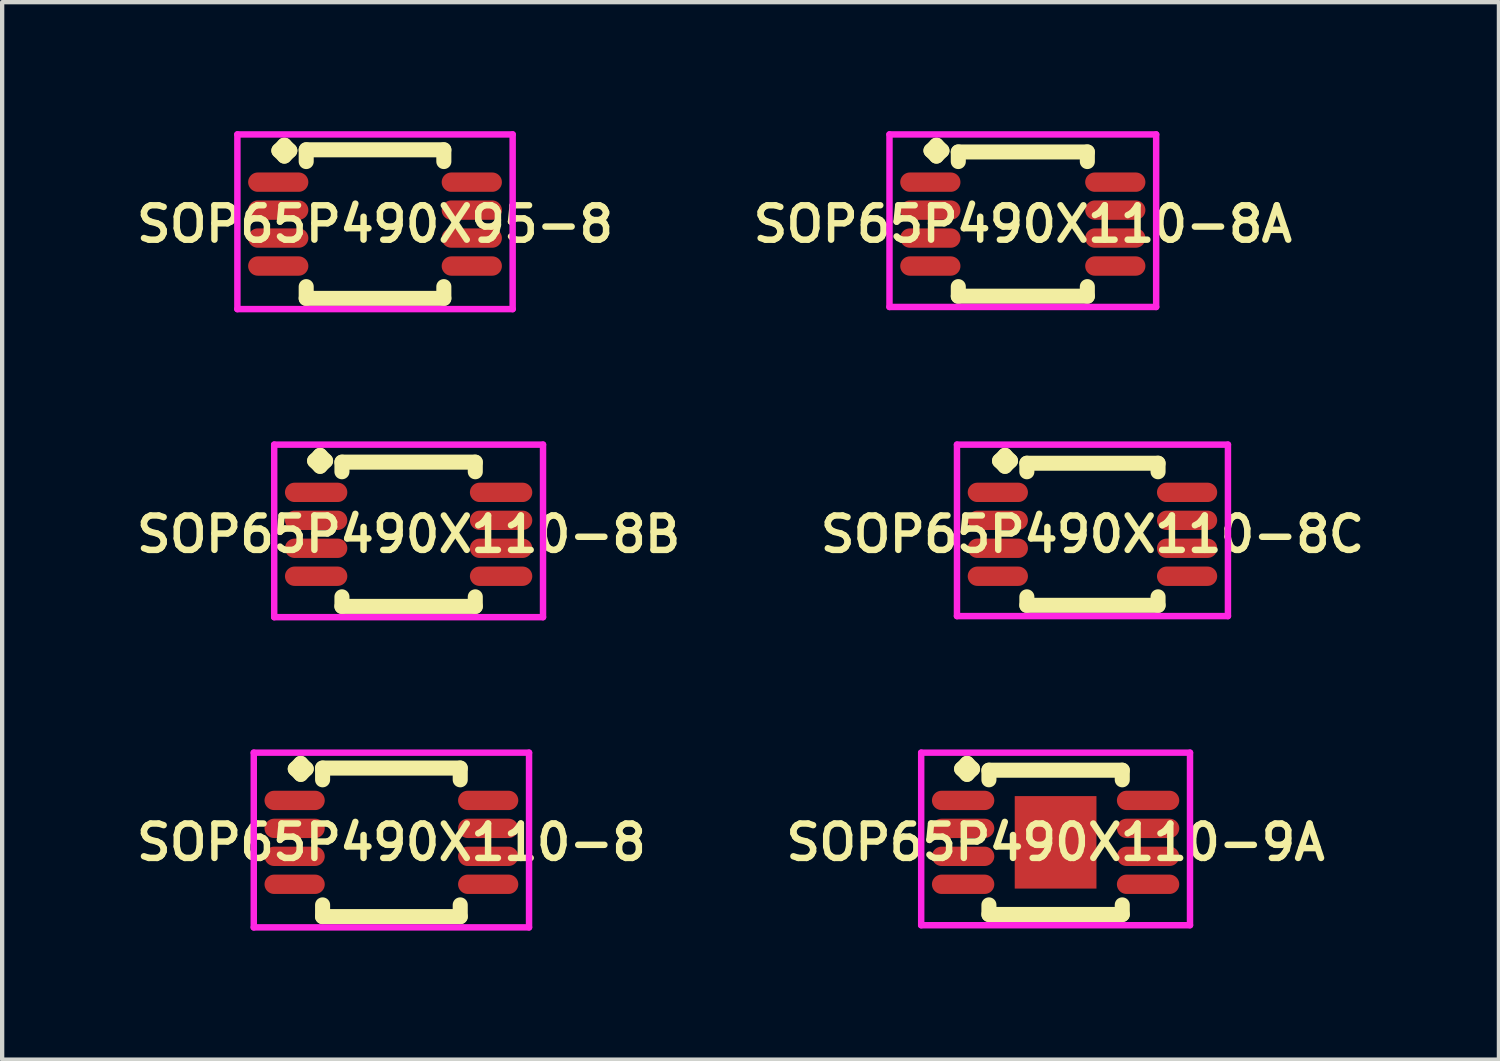
<source format=kicad_pcb>
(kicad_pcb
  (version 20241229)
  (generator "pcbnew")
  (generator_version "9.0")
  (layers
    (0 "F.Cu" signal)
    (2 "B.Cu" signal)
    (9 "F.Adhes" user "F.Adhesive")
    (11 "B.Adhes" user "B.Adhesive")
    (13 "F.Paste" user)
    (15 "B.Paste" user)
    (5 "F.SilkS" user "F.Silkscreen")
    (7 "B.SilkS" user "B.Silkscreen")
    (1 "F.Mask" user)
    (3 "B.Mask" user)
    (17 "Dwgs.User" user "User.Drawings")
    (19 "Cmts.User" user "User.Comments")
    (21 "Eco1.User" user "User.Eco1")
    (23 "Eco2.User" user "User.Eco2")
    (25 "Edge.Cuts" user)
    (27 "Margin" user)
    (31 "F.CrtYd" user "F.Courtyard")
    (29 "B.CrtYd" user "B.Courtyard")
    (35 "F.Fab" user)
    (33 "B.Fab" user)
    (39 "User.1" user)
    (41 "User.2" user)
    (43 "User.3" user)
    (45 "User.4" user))
  (footprint "SOP65P490X110-8C"
    (layer "F.Cu")
    (at 22.349 9.372)
    (property "Reference" "SOP65P490X110-8C" (at 0 0 0) (layer "F.SilkS") (effects (font (size 0.8 0.8) (thickness 0.15))))
    (attr smd)
    (fp_line (start -2.16 -1.708) (end -2.033 -1.835) (stroke (width 0.35) (type solid)) (layer "F.SilkS"))
    (fp_line (start -2.033 -1.835) (end -1.906 -1.708) (stroke (width 0.35) (type solid)) (layer "F.SilkS"))
    (fp_line (start -2.033 -1.581) (end -2.16 -1.708) (stroke (width 0.35) (type solid)) (layer "F.SilkS"))
    (fp_line (start -1.906 -1.708) (end -2.033 -1.581) (stroke (width 0.35) (type solid)) (layer "F.SilkS"))
    (fp_line (start -1.525 -1.652) (end 1.525 -1.652) (stroke (width 0.35) (type solid)) (layer "F.SilkS"))
    (fp_line (start -1.525 -1.454) (end -1.525 -1.652) (stroke (width 0.35) (type solid)) (layer "F.SilkS"))
    (fp_line (start -1.525 1.454) (end -1.525 1.652) (stroke (width 0.35) (type solid)) (layer "F.SilkS"))
    (fp_line (start -1.525 1.652) (end 1.525 1.652) (stroke (width 0.35) (type solid)) (layer "F.SilkS"))
    (fp_line (start 1.525 -1.652) (end 1.525 -1.454) (stroke (width 0.35) (type solid)) (layer "F.SilkS"))
    (fp_line (start 1.525 1.652) (end 1.525 1.454) (stroke (width 0.35) (type solid)) (layer "F.SilkS"))
    (fp_line (start -3.15 -2.085) (end 3.15 -2.085) (stroke (width 0.15) (type solid)) (layer "F.CrtYd"))
    (fp_line (start -3.15 1.902) (end -3.15 -2.085) (stroke (width 0.15) (type solid)) (layer "F.CrtYd"))
    (fp_line (start 3.15 -2.085) (end 3.15 1.902) (stroke (width 0.15) (type solid)) (layer "F.CrtYd"))
    (fp_line (start 3.15 1.902) (end -3.15 1.902) (stroke (width 0.15) (type solid)) (layer "F.CrtYd"))
    (pad "1" smd oval (at -2.2 -0.975) (size 1.4 0.45) (layers "F.Cu" "F.Mask" "F.Paste"))
    (pad "2" smd oval (at -2.2 -0.325) (size 1.4 0.45) (layers "F.Cu" "F.Mask" "F.Paste"))
    (pad "3" smd oval (at -2.2 0.325) (size 1.4 0.45) (layers "F.Cu" "F.Mask" "F.Paste"))
    (pad "4" smd oval (at -2.2 0.975) (size 1.4 0.45) (layers "F.Cu" "F.Mask" "F.Paste"))
    (pad "5" smd oval (at 2.2 0.975) (size 1.4 0.45) (layers "F.Cu" "F.Mask" "F.Paste"))
    (pad "6" smd oval (at 2.2 0.325) (size 1.4 0.45) (layers "F.Cu" "F.Mask" "F.Paste"))
    (pad "7" smd oval (at 2.2 -0.325) (size 1.4 0.45) (layers "F.Cu" "F.Mask" "F.Paste"))
    (pad "8" smd oval (at 2.2 -0.975) (size 1.4 0.45) (layers "F.Cu" "F.Mask" "F.Paste")))
  (footprint "SOP65P490X95-8"
    (layer "F.Cu")
    (at 5.669 2.16)
    (property "Reference" "SOP65P490X95-8" (at 0 0 0) (layer "F.SilkS") (effects (font (size 0.8 0.8) (thickness 0.15))))
    (attr smd)
    (fp_line (start -2.235 -1.708) (end -2.108 -1.835) (stroke (width 0.35) (type solid)) (layer "F.SilkS"))
    (fp_line (start -2.108 -1.835) (end -1.981 -1.708) (stroke (width 0.35) (type solid)) (layer "F.SilkS"))
    (fp_line (start -2.108 -1.581) (end -2.235 -1.708) (stroke (width 0.35) (type solid)) (layer "F.SilkS"))
    (fp_line (start -1.981 -1.708) (end -2.108 -1.581) (stroke (width 0.35) (type solid)) (layer "F.SilkS"))
    (fp_line (start -1.6 -1.727) (end 1.6 -1.727) (stroke (width 0.35) (type solid)) (layer "F.SilkS"))
    (fp_line (start -1.6 -1.454) (end -1.6 -1.727) (stroke (width 0.35) (type solid)) (layer "F.SilkS"))
    (fp_line (start -1.6 1.454) (end -1.6 1.727) (stroke (width 0.35) (type solid)) (layer "F.SilkS"))
    (fp_line (start -1.6 1.727) (end 1.6 1.727) (stroke (width 0.35) (type solid)) (layer "F.SilkS"))
    (fp_line (start 1.6 -1.727) (end 1.6 -1.454) (stroke (width 0.35) (type solid)) (layer "F.SilkS"))
    (fp_line (start 1.6 1.727) (end 1.6 1.454) (stroke (width 0.35) (type solid)) (layer "F.SilkS"))
    (fp_line (start -3.2 -2.085) (end 3.2 -2.085) (stroke (width 0.15) (type solid)) (layer "F.CrtYd"))
    (fp_line (start -3.2 1.977) (end -3.2 -2.085) (stroke (width 0.15) (type solid)) (layer "F.CrtYd"))
    (fp_line (start 3.2 -2.085) (end 3.2 1.977) (stroke (width 0.15) (type solid)) (layer "F.CrtYd"))
    (fp_line (start 3.2 1.977) (end -3.2 1.977) (stroke (width 0.15) (type solid)) (layer "F.CrtYd"))
    (pad "1" smd oval (at -2.25 -0.975) (size 1.4 0.45) (layers "F.Cu" "F.Mask" "F.Paste"))
    (pad "2" smd oval (at -2.25 -0.325) (size 1.4 0.45) (layers "F.Cu" "F.Mask" "F.Paste"))
    (pad "3" smd oval (at -2.25 0.325) (size 1.4 0.45) (layers "F.Cu" "F.Mask" "F.Paste"))
    (pad "4" smd oval (at -2.25 0.975) (size 1.4 0.45) (layers "F.Cu" "F.Mask" "F.Paste"))
    (pad "5" smd oval (at 2.25 0.975) (size 1.4 0.45) (layers "F.Cu" "F.Mask" "F.Paste"))
    (pad "6" smd oval (at 2.25 0.325) (size 1.4 0.45) (layers "F.Cu" "F.Mask" "F.Paste"))
    (pad "7" smd oval (at 2.25 -0.325) (size 1.4 0.45) (layers "F.Cu" "F.Mask" "F.Paste"))
    (pad "8" smd oval (at 2.25 -0.975) (size 1.4 0.45) (layers "F.Cu" "F.Mask" "F.Paste")))
  (footprint "SOP65P490X110-8"
    (layer "F.Cu")
    (at 6.05 16.534)
    (property "Reference" "SOP65P490X110-8" (at 0 0 0) (layer "F.SilkS") (effects (font (size 0.8 0.8) (thickness 0.15))))
    (attr smd)
    (fp_line (start -2.235 -1.708) (end -2.108 -1.835) (stroke (width 0.35) (type solid)) (layer "F.SilkS"))
    (fp_line (start -2.108 -1.835) (end -1.981 -1.708) (stroke (width 0.35) (type solid)) (layer "F.SilkS"))
    (fp_line (start -2.108 -1.581) (end -2.235 -1.708) (stroke (width 0.35) (type solid)) (layer "F.SilkS"))
    (fp_line (start -1.981 -1.708) (end -2.108 -1.581) (stroke (width 0.35) (type solid)) (layer "F.SilkS"))
    (fp_line (start -1.6 -1.727) (end 1.6 -1.727) (stroke (width 0.35) (type solid)) (layer "F.SilkS"))
    (fp_line (start -1.6 -1.454) (end -1.6 -1.727) (stroke (width 0.35) (type solid)) (layer "F.SilkS"))
    (fp_line (start -1.6 1.454) (end -1.6 1.727) (stroke (width 0.35) (type solid)) (layer "F.SilkS"))
    (fp_line (start -1.6 1.727) (end 1.6 1.727) (stroke (width 0.35) (type solid)) (layer "F.SilkS"))
    (fp_line (start 1.6 -1.727) (end 1.6 -1.454) (stroke (width 0.35) (type solid)) (layer "F.SilkS"))
    (fp_line (start 1.6 1.727) (end 1.6 1.454) (stroke (width 0.35) (type solid)) (layer "F.SilkS"))
    (fp_line (start -3.2 -2.085) (end 3.2 -2.085) (stroke (width 0.15) (type solid)) (layer "F.CrtYd"))
    (fp_line (start -3.2 1.977) (end -3.2 -2.085) (stroke (width 0.15) (type solid)) (layer "F.CrtYd"))
    (fp_line (start 3.2 -2.085) (end 3.2 1.977) (stroke (width 0.15) (type solid)) (layer "F.CrtYd"))
    (fp_line (start 3.2 1.977) (end -3.2 1.977) (stroke (width 0.15) (type solid)) (layer "F.CrtYd"))
    (pad "1" smd oval (at -2.25 -0.975) (size 1.4 0.45) (layers "F.Cu" "F.Mask" "F.Paste"))
    (pad "2" smd oval (at -2.25 -0.325) (size 1.4 0.45) (layers "F.Cu" "F.Mask" "F.Paste"))
    (pad "3" smd oval (at -2.25 0.325) (size 1.4 0.45) (layers "F.Cu" "F.Mask" "F.Paste"))
    (pad "4" smd oval (at -2.25 0.975) (size 1.4 0.45) (layers "F.Cu" "F.Mask" "F.Paste"))
    (pad "5" smd oval (at 2.25 0.975) (size 1.4 0.45) (layers "F.Cu" "F.Mask" "F.Paste"))
    (pad "6" smd oval (at 2.25 0.325) (size 1.4 0.45) (layers "F.Cu" "F.Mask" "F.Paste"))
    (pad "7" smd oval (at 2.25 -0.325) (size 1.4 0.45) (layers "F.Cu" "F.Mask" "F.Paste"))
    (pad "8" smd oval (at 2.25 -0.975) (size 1.4 0.45) (layers "F.Cu" "F.Mask" "F.Paste")))
  (footprint "SOP65P490X110-9A"
    (layer "F.Cu")
    (at 21.492 16.534)
    (property "Reference" "SOP65P490X110-9A" (at 0 0 0) (layer "F.SilkS") (effects (font (size 0.8 0.8) (thickness 0.15))))
    (attr smd)
    (fp_line (start -2.185 -1.708) (end -2.058 -1.835) (stroke (width 0.35) (type solid)) (layer "F.SilkS"))
    (fp_line (start -2.058 -1.835) (end -1.931 -1.708) (stroke (width 0.35) (type solid)) (layer "F.SilkS"))
    (fp_line (start -2.058 -1.581) (end -2.185 -1.708) (stroke (width 0.35) (type solid)) (layer "F.SilkS"))
    (fp_line (start -1.931 -1.708) (end -2.058 -1.581) (stroke (width 0.35) (type solid)) (layer "F.SilkS"))
    (fp_line (start -1.55 -1.677) (end 1.55 -1.677) (stroke (width 0.35) (type solid)) (layer "F.SilkS"))
    (fp_line (start -1.55 -1.454) (end -1.55 -1.677) (stroke (width 0.35) (type solid)) (layer "F.SilkS"))
    (fp_line (start -1.55 1.454) (end -1.55 1.677) (stroke (width 0.35) (type solid)) (layer "F.SilkS"))
    (fp_line (start -1.55 1.677) (end 1.55 1.677) (stroke (width 0.35) (type solid)) (layer "F.SilkS"))
    (fp_line (start 1.55 -1.677) (end 1.55 -1.454) (stroke (width 0.35) (type solid)) (layer "F.SilkS"))
    (fp_line (start 1.55 1.677) (end 1.55 1.454) (stroke (width 0.35) (type solid)) (layer "F.SilkS"))
    (fp_line (start -3.125 -2.085) (end 3.125 -2.085) (stroke (width 0.15) (type solid)) (layer "F.CrtYd"))
    (fp_line (start -3.125 1.927) (end -3.125 -2.085) (stroke (width 0.15) (type solid)) (layer "F.CrtYd"))
    (fp_line (start 3.125 -2.085) (end 3.125 1.927) (stroke (width 0.15) (type solid)) (layer "F.CrtYd"))
    (fp_line (start 3.125 1.927) (end -3.125 1.927) (stroke (width 0.15) (type solid)) (layer "F.CrtYd"))
    (pad "1" smd oval (at -2.15 -0.975) (size 1.45 0.45) (layers "F.Cu" "F.Mask" "F.Paste"))
    (pad "2" smd oval (at -2.15 -0.325) (size 1.45 0.45) (layers "F.Cu" "F.Mask" "F.Paste"))
    (pad "3" smd oval (at -2.15 0.325) (size 1.45 0.45) (layers "F.Cu" "F.Mask" "F.Paste"))
    (pad "4" smd oval (at -2.15 0.975) (size 1.45 0.45) (layers "F.Cu" "F.Mask" "F.Paste"))
    (pad "5" smd oval (at 2.15 0.975) (size 1.45 0.45) (layers "F.Cu" "F.Mask" "F.Paste"))
    (pad "6" smd oval (at 2.15 0.325) (size 1.45 0.45) (layers "F.Cu" "F.Mask" "F.Paste"))
    (pad "7" smd oval (at 2.15 -0.325) (size 1.45 0.45) (layers "F.Cu" "F.Mask" "F.Paste"))
    (pad "8" smd oval (at 2.15 -0.975) (size 1.45 0.45) (layers "F.Cu" "F.Mask" "F.Paste"))
    (pad "9" smd rect (at 0 0) (size 1.9 2.15) (layers "F.Cu" "F.Mask" "F.Paste")))
  (footprint "SOP65P490X110-8B"
    (layer "F.Cu")
    (at 6.45 9.372)
    (property "Reference" "SOP65P490X110-8B" (at 0 0 0) (layer "F.SilkS") (effects (font (size 0.8 0.8) (thickness 0.15))))
    (attr smd)
    (fp_line (start -2.185 -1.708) (end -2.058 -1.835) (stroke (width 0.35) (type solid)) (layer "F.SilkS"))
    (fp_line (start -2.058 -1.835) (end -1.931 -1.708) (stroke (width 0.35) (type solid)) (layer "F.SilkS"))
    (fp_line (start -2.058 -1.581) (end -2.185 -1.708) (stroke (width 0.35) (type solid)) (layer "F.SilkS"))
    (fp_line (start -1.931 -1.708) (end -2.058 -1.581) (stroke (width 0.35) (type solid)) (layer "F.SilkS"))
    (fp_line (start -1.55 -1.677) (end 1.55 -1.677) (stroke (width 0.35) (type solid)) (layer "F.SilkS"))
    (fp_line (start -1.55 -1.454) (end -1.55 -1.677) (stroke (width 0.35) (type solid)) (layer "F.SilkS"))
    (fp_line (start -1.55 1.454) (end -1.55 1.677) (stroke (width 0.35) (type solid)) (layer "F.SilkS"))
    (fp_line (start -1.55 1.677) (end 1.55 1.677) (stroke (width 0.35) (type solid)) (layer "F.SilkS"))
    (fp_line (start 1.55 -1.677) (end 1.55 -1.454) (stroke (width 0.35) (type solid)) (layer "F.SilkS"))
    (fp_line (start 1.55 1.677) (end 1.55 1.454) (stroke (width 0.35) (type solid)) (layer "F.SilkS"))
    (fp_line (start -3.125 -2.085) (end 3.125 -2.085) (stroke (width 0.15) (type solid)) (layer "F.CrtYd"))
    (fp_line (start -3.125 1.927) (end -3.125 -2.085) (stroke (width 0.15) (type solid)) (layer "F.CrtYd"))
    (fp_line (start 3.125 -2.085) (end 3.125 1.927) (stroke (width 0.15) (type solid)) (layer "F.CrtYd"))
    (fp_line (start 3.125 1.927) (end -3.125 1.927) (stroke (width 0.15) (type solid)) (layer "F.CrtYd"))
    (pad "1" smd oval (at -2.15 -0.975) (size 1.45 0.45) (layers "F.Cu" "F.Mask" "F.Paste"))
    (pad "2" smd oval (at -2.15 -0.325) (size 1.45 0.45) (layers "F.Cu" "F.Mask" "F.Paste"))
    (pad "3" smd oval (at -2.15 0.325) (size 1.45 0.45) (layers "F.Cu" "F.Mask" "F.Paste"))
    (pad "4" smd oval (at -2.15 0.975) (size 1.45 0.45) (layers "F.Cu" "F.Mask" "F.Paste"))
    (pad "5" smd oval (at 2.15 0.975) (size 1.45 0.45) (layers "F.Cu" "F.Mask" "F.Paste"))
    (pad "6" smd oval (at 2.15 0.325) (size 1.45 0.45) (layers "F.Cu" "F.Mask" "F.Paste"))
    (pad "7" smd oval (at 2.15 -0.325) (size 1.45 0.45) (layers "F.Cu" "F.Mask" "F.Paste"))
    (pad "8" smd oval (at 2.15 -0.975) (size 1.45 0.45) (layers "F.Cu" "F.Mask" "F.Paste")))
  (footprint "SOP65P490X110-8A"
    (layer "F.Cu")
    (at 20.73 2.16)
    (property "Reference" "SOP65P490X110-8A" (at 0 0 0) (layer "F.SilkS") (effects (font (size 0.8 0.8) (thickness 0.15))))
    (attr smd)
    (fp_line (start -2.135 -1.708) (end -2.008 -1.835) (stroke (width 0.35) (type solid)) (layer "F.SilkS"))
    (fp_line (start -2.008 -1.835) (end -1.881 -1.708) (stroke (width 0.35) (type solid)) (layer "F.SilkS"))
    (fp_line (start -2.008 -1.581) (end -2.135 -1.708) (stroke (width 0.35) (type solid)) (layer "F.SilkS"))
    (fp_line (start -1.881 -1.708) (end -2.008 -1.581) (stroke (width 0.35) (type solid)) (layer "F.SilkS"))
    (fp_line (start -1.5 -1.677) (end 1.5 -1.677) (stroke (width 0.35) (type solid)) (layer "F.SilkS"))
    (fp_line (start -1.5 -1.454) (end -1.5 -1.677) (stroke (width 0.35) (type solid)) (layer "F.SilkS"))
    (fp_line (start -1.5 1.454) (end -1.5 1.677) (stroke (width 0.35) (type solid)) (layer "F.SilkS"))
    (fp_line (start -1.5 1.677) (end 1.5 1.677) (stroke (width 0.35) (type solid)) (layer "F.SilkS"))
    (fp_line (start 1.5 -1.677) (end 1.5 -1.454) (stroke (width 0.35) (type solid)) (layer "F.SilkS"))
    (fp_line (start 1.5 1.677) (end 1.5 1.454) (stroke (width 0.35) (type solid)) (layer "F.SilkS"))
    (fp_line (start -3.1 -2.085) (end 3.1 -2.085) (stroke (width 0.15) (type solid)) (layer "F.CrtYd"))
    (fp_line (start -3.1 1.927) (end -3.1 -2.085) (stroke (width 0.15) (type solid)) (layer "F.CrtYd"))
    (fp_line (start 3.1 -2.085) (end 3.1 1.927) (stroke (width 0.15) (type solid)) (layer "F.CrtYd"))
    (fp_line (start 3.1 1.927) (end -3.1 1.927) (stroke (width 0.15) (type solid)) (layer "F.CrtYd"))
    (pad "1" smd oval (at -2.15 -0.975) (size 1.4 0.45) (layers "F.Cu" "F.Mask" "F.Paste"))
    (pad "2" smd oval (at -2.15 -0.325) (size 1.4 0.45) (layers "F.Cu" "F.Mask" "F.Paste"))
    (pad "3" smd oval (at -2.15 0.325) (size 1.4 0.45) (layers "F.Cu" "F.Mask" "F.Paste"))
    (pad "4" smd oval (at -2.15 0.975) (size 1.4 0.45) (layers "F.Cu" "F.Mask" "F.Paste"))
    (pad "5" smd oval (at 2.15 0.975) (size 1.4 0.45) (layers "F.Cu" "F.Mask" "F.Paste"))
    (pad "6" smd oval (at 2.15 0.325) (size 1.4 0.45) (layers "F.Cu" "F.Mask" "F.Paste"))
    (pad "7" smd oval (at 2.15 -0.325) (size 1.4 0.45) (layers "F.Cu" "F.Mask" "F.Paste"))
    (pad "8" smd oval (at 2.15 -0.975) (size 1.4 0.45) (layers "F.Cu" "F.Mask" "F.Paste")))
  (gr_rect
    (start -3 -3)
    (end 31.799 21.586)
    (stroke (width 0.1) (type default))
    (fill no)
    (layer "Edge.Cuts")))
</source>
